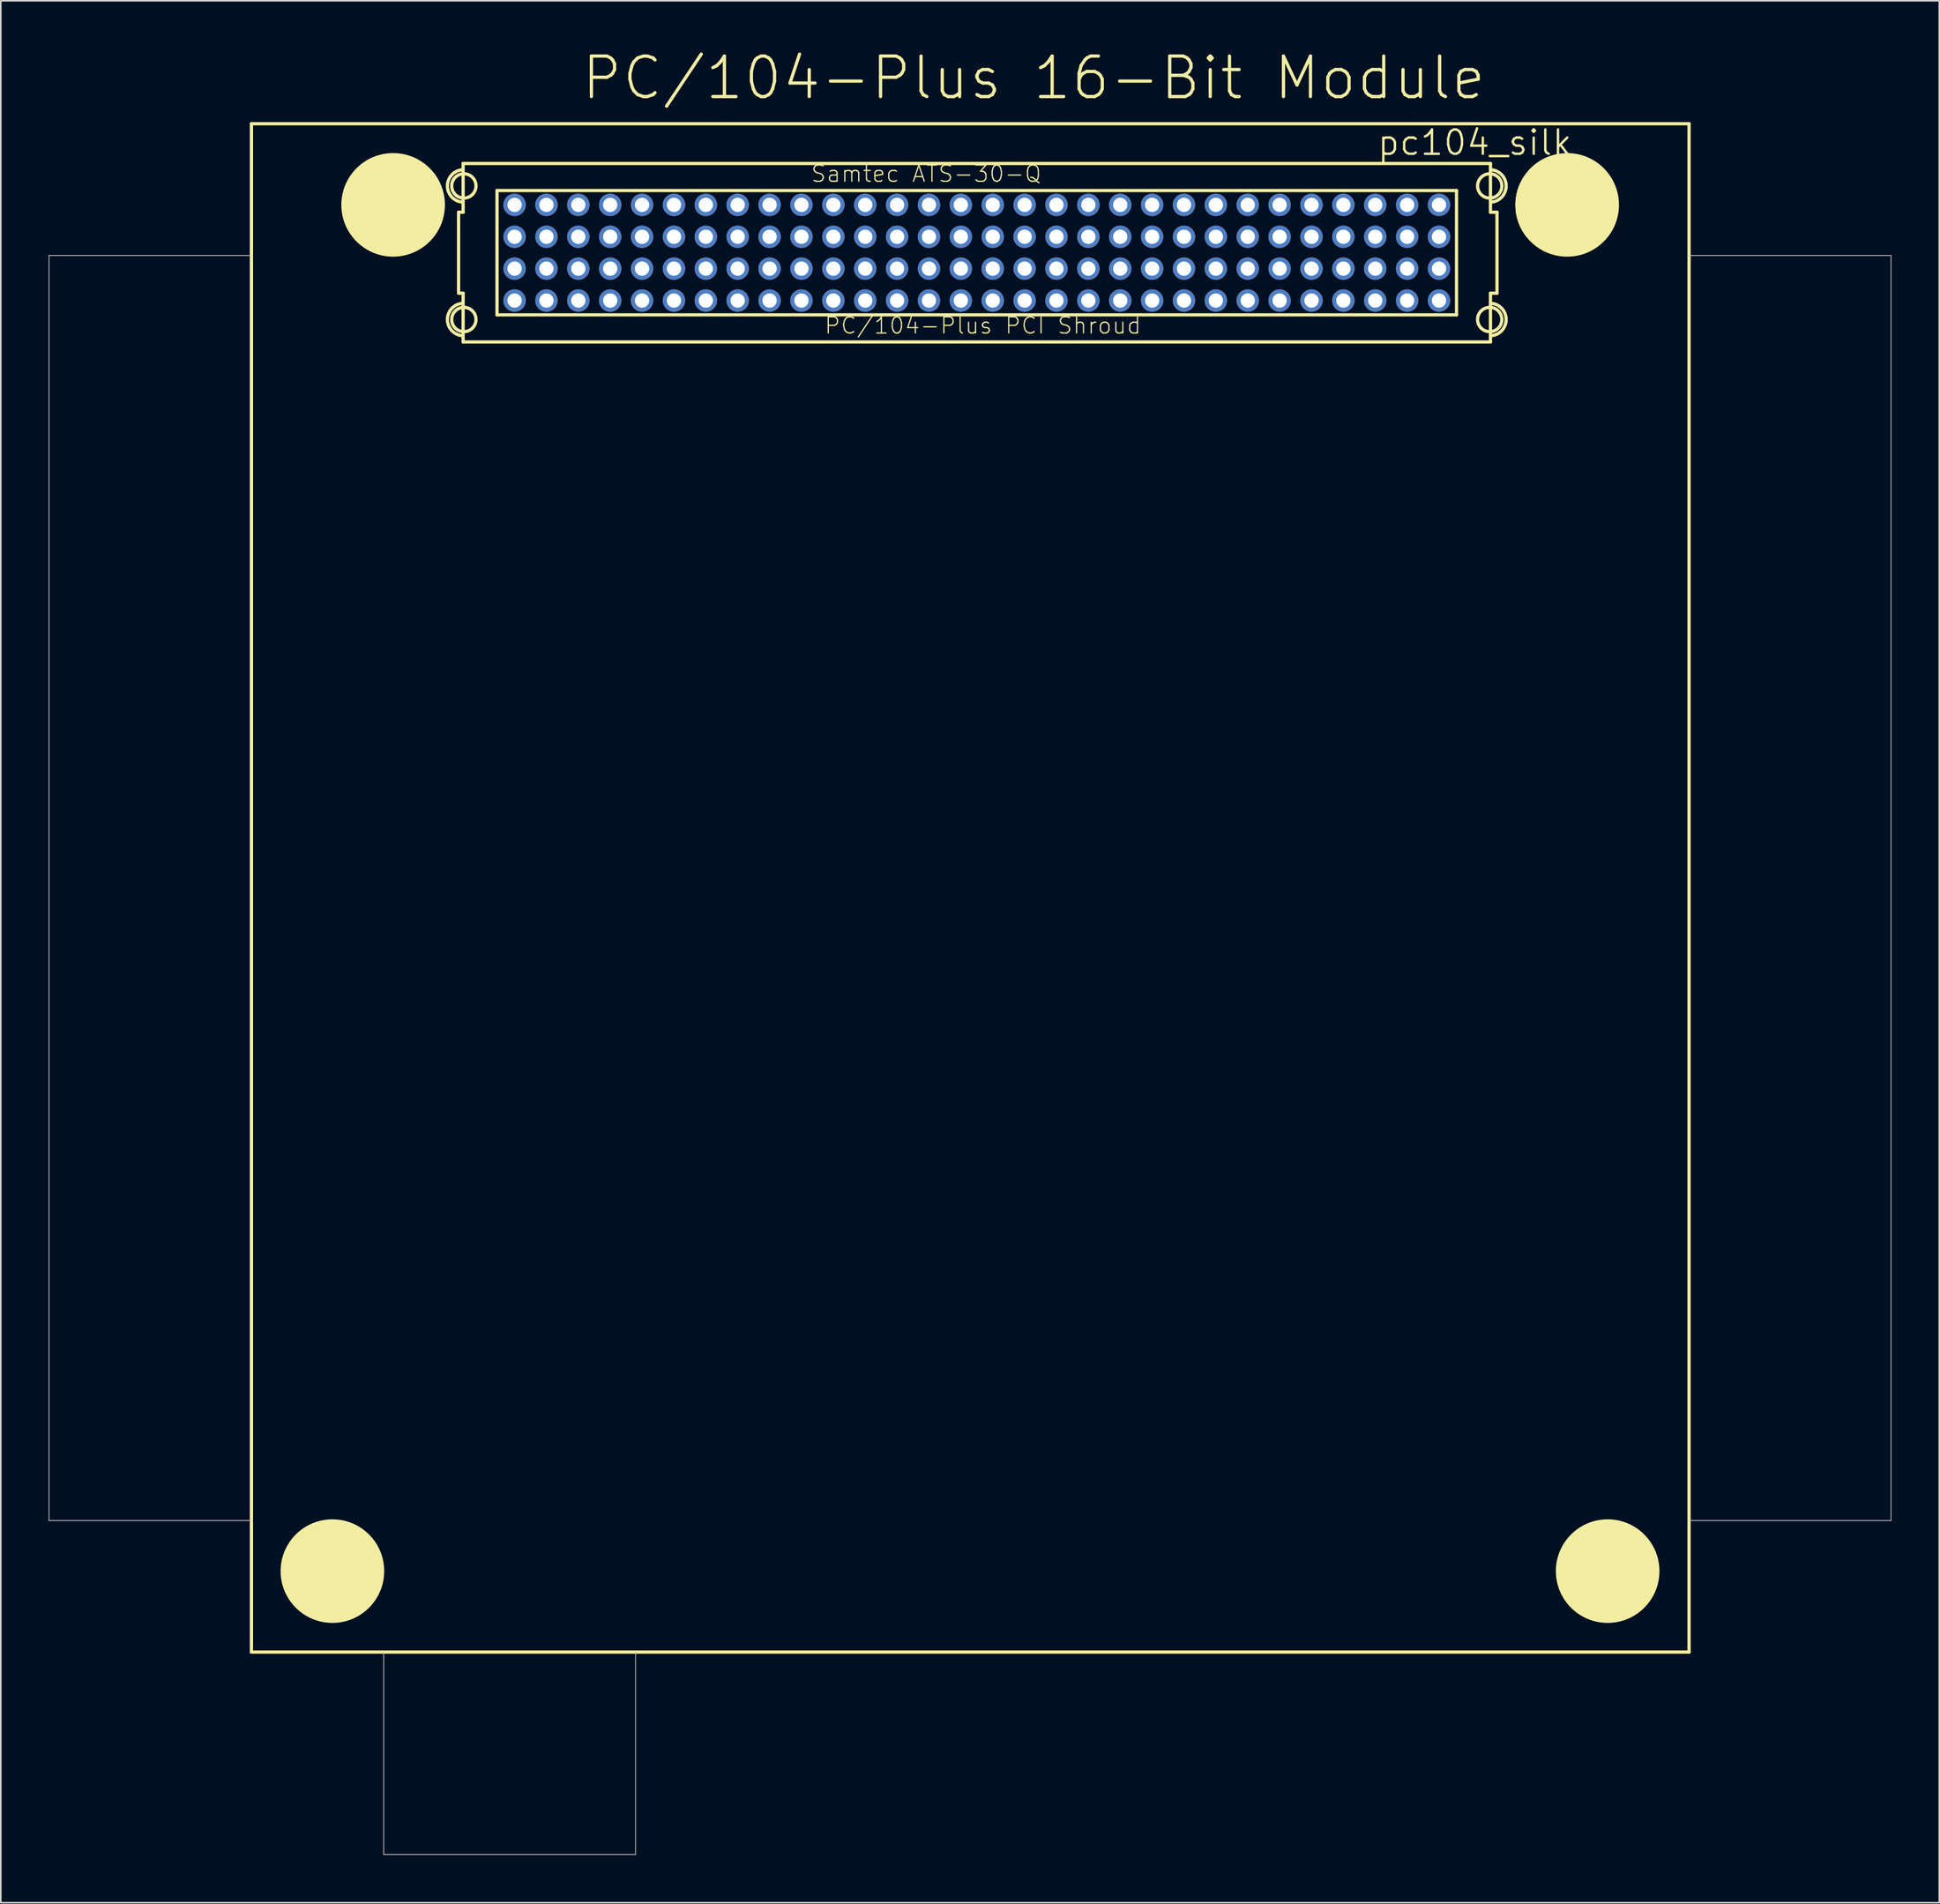
<source format=kicad_pcb>
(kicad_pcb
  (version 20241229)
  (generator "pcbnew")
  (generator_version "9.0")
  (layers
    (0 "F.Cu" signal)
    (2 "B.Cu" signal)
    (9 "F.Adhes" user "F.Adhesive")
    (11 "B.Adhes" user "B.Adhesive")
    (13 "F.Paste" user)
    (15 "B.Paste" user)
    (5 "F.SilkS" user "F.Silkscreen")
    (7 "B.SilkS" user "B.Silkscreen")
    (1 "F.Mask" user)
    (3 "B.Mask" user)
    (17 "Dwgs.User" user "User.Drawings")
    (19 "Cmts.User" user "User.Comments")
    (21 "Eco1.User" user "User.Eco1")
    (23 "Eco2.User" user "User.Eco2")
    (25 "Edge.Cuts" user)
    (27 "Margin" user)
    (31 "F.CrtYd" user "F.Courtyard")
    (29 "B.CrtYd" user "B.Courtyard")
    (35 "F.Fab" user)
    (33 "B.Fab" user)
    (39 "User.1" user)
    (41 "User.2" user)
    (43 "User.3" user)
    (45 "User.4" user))
  (footprint "pc104_silk"
    (layer "F.Cu")
    (at 12.725 100.61)
    (property "Reference" "pc104_silk" (at 76.75 -94.71 0) (layer "F.SilkS") (effects (font (size 1.524 1.524) (thickness 0.15))))
    (attr exclude_from_pos_files exclude_from_bom)
    (fp_line (start 0 -95.898) (end 0 0) (stroke (width 0.203) (type solid)) (layer "F.SilkS"))
    (fp_line (start 0 0) (end 90.198 0) (stroke (width 0.203) (type solid)) (layer "F.SilkS"))
    (fp_line (start 12.997 -90.343) (end 13.282 -90.343) (stroke (width 0.203) (type solid)) (layer "F.SilkS"))
    (fp_line (start 12.997 -85.263) (end 12.997 -90.343) (stroke (width 0.203) (type solid)) (layer "F.SilkS"))
    (fp_line (start 13.282 -93.403) (end 77.737 -93.403) (stroke (width 0.203) (type solid)) (layer "F.SilkS"))
    (fp_line (start 13.282 -90.343) (end 13.282 -93.403) (stroke (width 0.203) (type solid)) (layer "F.SilkS"))
    (fp_line (start 13.282 -85.263) (end 12.997 -85.263) (stroke (width 0.203) (type solid)) (layer "F.SilkS"))
    (fp_line (start 13.282 -82.205) (end 13.282 -85.263) (stroke (width 0.203) (type solid)) (layer "F.SilkS"))
    (fp_line (start 15.408 -91.704) (end 75.608 -91.704) (stroke (width 0.203) (type solid)) (layer "F.SilkS"))
    (fp_line (start 15.408 -83.904) (end 15.408 -91.704) (stroke (width 0.203) (type solid)) (layer "F.SilkS"))
    (fp_line (start 75.608 -91.704) (end 75.608 -83.904) (stroke (width 0.203) (type solid)) (layer "F.SilkS"))
    (fp_line (start 75.608 -83.904) (end 15.408 -83.904) (stroke (width 0.203) (type solid)) (layer "F.SilkS"))
    (fp_line (start 77.737 -93.403) (end 77.737 -90.343) (stroke (width 0.203) (type solid)) (layer "F.SilkS"))
    (fp_line (start 77.737 -90.343) (end 78.148 -90.343) (stroke (width 0.203) (type solid)) (layer "F.SilkS"))
    (fp_line (start 77.737 -85.263) (end 77.737 -82.205) (stroke (width 0.203) (type solid)) (layer "F.SilkS"))
    (fp_line (start 77.737 -82.205) (end 13.282 -82.205) (stroke (width 0.203) (type solid)) (layer "F.SilkS"))
    (fp_line (start 78.148 -90.343) (end 78.148 -85.263) (stroke (width 0.203) (type solid)) (layer "F.SilkS"))
    (fp_line (start 78.148 -85.263) (end 77.737 -85.263) (stroke (width 0.203) (type solid)) (layer "F.SilkS"))
    (fp_line (start 90.198 -95.898) (end 0 -95.898) (stroke (width 0.203) (type solid)) (layer "F.SilkS"))
    (fp_line (start 90.198 0) (end 90.198 -95.898) (stroke (width 0.203) (type solid)) (layer "F.SilkS"))
    (fp_arc (start 13.25118 -90.97772) (mid 12.296698 -91.9933) (end 13.250341 -93.009667) (stroke (width 0.2032) (type solid)) (layer "F.SilkS"))
    (fp_arc (start 13.25118 -82.59572) (mid 12.296698 -83.6113) (end 13.250341 -84.627667) (stroke (width 0.2032) (type solid)) (layer "F.SilkS"))
    (fp_arc (start 77.76718 -93.00972) (mid 78.721662 -91.99414) (end 77.768019 -90.977773) (stroke (width 0.2032) (type solid)) (layer "F.SilkS"))
    (fp_arc (start 77.76718 -84.62772) (mid 78.721662 -83.61214) (end 77.768019 -82.595773) (stroke (width 0.2032) (type solid)) (layer "F.SilkS"))
    (fp_circle (center 5.08 -5.08) (end 5.08 -8.255) (stroke (width 0.15) (type solid)) (fill no) (layer "F.SilkS"))
    (fp_circle (center 5.098 -5.098) (end 5.098 -8.296) (stroke (width 0) (type solid)) (fill yes) (layer "F.SilkS"))
    (fp_circle (center 8.89 -90.805) (end 8.89 -93.98) (stroke (width 0.15) (type solid)) (fill no) (layer "F.SilkS"))
    (fp_circle (center 8.898 -90.8) (end 8.898 -93.998) (stroke (width 0) (type solid)) (fill yes) (layer "F.SilkS"))
    (fp_circle (center 13.327 -91.994) (end 13.327 -92.756) (stroke (width 0.203) (type solid)) (fill no) (layer "F.SilkS"))
    (fp_circle (center 13.327 -83.612) (end 13.327 -84.374) (stroke (width 0.203) (type solid)) (fill no) (layer "F.SilkS"))
    (fp_circle (center 77.691 -91.994) (end 77.691 -92.756) (stroke (width 0.203) (type solid)) (fill no) (layer "F.SilkS"))
    (fp_circle (center 77.691 -83.612) (end 77.691 -84.374) (stroke (width 0.203) (type solid)) (fill no) (layer "F.SilkS"))
    (fp_circle (center 82.499 -90.8) (end 82.499 -93.998) (stroke (width 0) (type solid)) (fill yes) (layer "F.SilkS"))
    (fp_circle (center 82.55 -90.805) (end 82.55 -93.98) (stroke (width 0.15) (type solid)) (fill no) (layer "F.SilkS"))
    (fp_circle (center 85.09 -5.08) (end 85.09 -8.255) (stroke (width 0.15) (type solid)) (fill no) (layer "F.SilkS"))
    (fp_circle (center 85.098 -5.098) (end 85.098 -8.296) (stroke (width 0) (type solid)) (fill yes) (layer "F.SilkS"))
    (fp_line (start -12.7 -87.63) (end -12.7 -8.255) (stroke (width 0.051) (type solid)) (layer "Dwgs.User"))
    (fp_line (start -12.7 -8.255) (end 0 -8.255) (stroke (width 0.051) (type solid)) (layer "Dwgs.User"))
    (fp_line (start 0 -87.63) (end -12.7 -87.63) (stroke (width 0.051) (type solid)) (layer "Dwgs.User"))
    (fp_line (start 8.298 0) (end 8.298 12.7) (stroke (width 0.051) (type solid)) (layer "Dwgs.User"))
    (fp_line (start 8.298 12.7) (end 24.1 12.7) (stroke (width 0.051) (type solid)) (layer "Dwgs.User"))
    (fp_line (start 24.1 12.7) (end 24.1 0) (stroke (width 0.051) (type solid)) (layer "Dwgs.User"))
    (fp_line (start 90.221 -8.255) (end 102.87 -8.255) (stroke (width 0.051) (type solid)) (layer "Dwgs.User"))
    (fp_line (start 102.87 -87.63) (end 90.17 -87.63) (stroke (width 0.051) (type solid)) (layer "Dwgs.User"))
    (fp_line (start 102.87 -8.255) (end 102.87 -87.63) (stroke (width 0.051) (type solid)) (layer "Dwgs.User"))
    (fp_text user "PC/104-Plus 16-Bit Module" (at 49.088 -98.768 0) (layer "F.SilkS") (effects (font (size 2.54 2.54) (thickness 0.203))))
    (fp_text user "Samtec ATS-30-Q" (at 42.334 -92.756 0) (layer "F.SilkS") (effects (font (size 1.016 1.016) (thickness 0.076))))
    (fp_text user "PC/104-Plus PCI Shroud" (at 45.89 -83.231 0) (layer "F.SilkS") (effects (font (size 1.016 1.016) (thickness 0.076))))
    (pad "J3-A" thru_hole circle (at 16.51 -84.803) (size 1.407 1.407) (drill 0.899) (layers "*.Cu" "*.Paste" "*.Mask"))
    (pad "J3-A" thru_hole circle (at 18.509 -84.803) (size 1.407 1.407) (drill 0.899) (layers "*.Cu" "*.Paste" "*.Mask"))
    (pad "J3-A" thru_hole circle (at 20.508 -84.803) (size 1.407 1.407) (drill 0.899) (layers "*.Cu" "*.Paste" "*.Mask"))
    (pad "J3-A" thru_hole circle (at 22.509 -84.803) (size 1.407 1.407) (drill 0.899) (layers "*.Cu" "*.Paste" "*.Mask"))
    (pad "J3-A" thru_hole circle (at 24.508 -84.803) (size 1.407 1.407) (drill 0.899) (layers "*.Cu" "*.Paste" "*.Mask"))
    (pad "J3-A" thru_hole circle (at 26.51 -84.803) (size 1.407 1.407) (drill 0.899) (layers "*.Cu" "*.Paste" "*.Mask"))
    (pad "J3-A" thru_hole circle (at 28.509 -84.803) (size 1.407 1.407) (drill 0.899) (layers "*.Cu" "*.Paste" "*.Mask"))
    (pad "J3-A" thru_hole circle (at 30.508 -84.803) (size 1.407 1.407) (drill 0.899) (layers "*.Cu" "*.Paste" "*.Mask"))
    (pad "J3-A" thru_hole circle (at 32.509 -84.803) (size 1.407 1.407) (drill 0.899) (layers "*.Cu" "*.Paste" "*.Mask"))
    (pad "J3-A" thru_hole circle (at 34.508 -84.803) (size 1.407 1.407) (drill 0.899) (layers "*.Cu" "*.Paste" "*.Mask"))
    (pad "J3-A" thru_hole circle (at 36.51 -84.803) (size 1.407 1.407) (drill 0.899) (layers "*.Cu" "*.Paste" "*.Mask"))
    (pad "J3-A" thru_hole circle (at 38.509 -84.803) (size 1.407 1.407) (drill 0.899) (layers "*.Cu" "*.Paste" "*.Mask"))
    (pad "J3-A" thru_hole circle (at 40.508 -84.803) (size 1.407 1.407) (drill 0.899) (layers "*.Cu" "*.Paste" "*.Mask"))
    (pad "J3-A" thru_hole circle (at 42.509 -84.803) (size 1.407 1.407) (drill 0.899) (layers "*.Cu" "*.Paste" "*.Mask"))
    (pad "J3-A" thru_hole circle (at 44.508 -84.803) (size 1.407 1.407) (drill 0.899) (layers "*.Cu" "*.Paste" "*.Mask"))
    (pad "J3-A" thru_hole circle (at 46.51 -84.803) (size 1.407 1.407) (drill 0.899) (layers "*.Cu" "*.Paste" "*.Mask"))
    (pad "J3-A" thru_hole circle (at 48.509 -84.803) (size 1.407 1.407) (drill 0.899) (layers "*.Cu" "*.Paste" "*.Mask"))
    (pad "J3-A" thru_hole circle (at 50.508 -84.803) (size 1.407 1.407) (drill 0.899) (layers "*.Cu" "*.Paste" "*.Mask"))
    (pad "J3-A" thru_hole circle (at 52.509 -84.803) (size 1.407 1.407) (drill 0.899) (layers "*.Cu" "*.Paste" "*.Mask"))
    (pad "J3-A" thru_hole circle (at 54.508 -84.803) (size 1.407 1.407) (drill 0.899) (layers "*.Cu" "*.Paste" "*.Mask"))
    (pad "J3-A" thru_hole circle (at 56.51 -84.803) (size 1.407 1.407) (drill 0.899) (layers "*.Cu" "*.Paste" "*.Mask"))
    (pad "J3-A" thru_hole circle (at 58.509 -84.803) (size 1.407 1.407) (drill 0.899) (layers "*.Cu" "*.Paste" "*.Mask"))
    (pad "J3-A" thru_hole circle (at 60.508 -84.803) (size 1.407 1.407) (drill 0.899) (layers "*.Cu" "*.Paste" "*.Mask"))
    (pad "J3-A" thru_hole circle (at 62.509 -84.803) (size 1.407 1.407) (drill 0.899) (layers "*.Cu" "*.Paste" "*.Mask"))
    (pad "J3-A" thru_hole circle (at 64.508 -84.803) (size 1.407 1.407) (drill 0.899) (layers "*.Cu" "*.Paste" "*.Mask"))
    (pad "J3-A" thru_hole circle (at 66.51 -84.803) (size 1.407 1.407) (drill 0.899) (layers "*.Cu" "*.Paste" "*.Mask"))
    (pad "J3-A" thru_hole circle (at 68.509 -84.803) (size 1.407 1.407) (drill 0.899) (layers "*.Cu" "*.Paste" "*.Mask"))
    (pad "J3-A" thru_hole circle (at 70.508 -84.803) (size 1.407 1.407) (drill 0.899) (layers "*.Cu" "*.Paste" "*.Mask"))
    (pad "J3-A" thru_hole circle (at 72.509 -84.803) (size 1.407 1.407) (drill 0.899) (layers "*.Cu" "*.Paste" "*.Mask"))
    (pad "J3-A" thru_hole circle (at 74.508 -84.803) (size 1.407 1.407) (drill 0.899) (layers "*.Cu" "*.Paste" "*.Mask"))
    (pad "J3-B" thru_hole circle (at 16.51 -86.805) (size 1.407 1.407) (drill 0.899) (layers "*.Cu" "*.Paste" "*.Mask"))
    (pad "J3-B" thru_hole circle (at 18.509 -86.805) (size 1.407 1.407) (drill 0.899) (layers "*.Cu" "*.Paste" "*.Mask"))
    (pad "J3-B" thru_hole circle (at 20.508 -86.805) (size 1.407 1.407) (drill 0.899) (layers "*.Cu" "*.Paste" "*.Mask"))
    (pad "J3-B" thru_hole circle (at 22.509 -86.805) (size 1.407 1.407) (drill 0.899) (layers "*.Cu" "*.Paste" "*.Mask"))
    (pad "J3-B" thru_hole circle (at 24.508 -86.805) (size 1.407 1.407) (drill 0.899) (layers "*.Cu" "*.Paste" "*.Mask"))
    (pad "J3-B" thru_hole circle (at 26.51 -86.805) (size 1.407 1.407) (drill 0.899) (layers "*.Cu" "*.Paste" "*.Mask"))
    (pad "J3-B" thru_hole circle (at 28.509 -86.805) (size 1.407 1.407) (drill 0.899) (layers "*.Cu" "*.Paste" "*.Mask"))
    (pad "J3-B" thru_hole circle (at 30.508 -86.805) (size 1.407 1.407) (drill 0.899) (layers "*.Cu" "*.Paste" "*.Mask"))
    (pad "J3-B" thru_hole circle (at 32.509 -86.805) (size 1.407 1.407) (drill 0.899) (layers "*.Cu" "*.Paste" "*.Mask"))
    (pad "J3-B" thru_hole circle (at 34.508 -86.805) (size 1.407 1.407) (drill 0.899) (layers "*.Cu" "*.Paste" "*.Mask"))
    (pad "J3-B" thru_hole circle (at 36.51 -86.805) (size 1.407 1.407) (drill 0.899) (layers "*.Cu" "*.Paste" "*.Mask"))
    (pad "J3-B" thru_hole circle (at 38.509 -86.805) (size 1.407 1.407) (drill 0.899) (layers "*.Cu" "*.Paste" "*.Mask"))
    (pad "J3-B" thru_hole circle (at 40.508 -86.805) (size 1.407 1.407) (drill 0.899) (layers "*.Cu" "*.Paste" "*.Mask"))
    (pad "J3-B" thru_hole circle (at 42.509 -86.805) (size 1.407 1.407) (drill 0.899) (layers "*.Cu" "*.Paste" "*.Mask"))
    (pad "J3-B" thru_hole circle (at 44.508 -86.805) (size 1.407 1.407) (drill 0.899) (layers "*.Cu" "*.Paste" "*.Mask"))
    (pad "J3-B" thru_hole circle (at 46.51 -86.805) (size 1.407 1.407) (drill 0.899) (layers "*.Cu" "*.Paste" "*.Mask"))
    (pad "J3-B" thru_hole circle (at 48.509 -86.805) (size 1.407 1.407) (drill 0.899) (layers "*.Cu" "*.Paste" "*.Mask"))
    (pad "J3-B" thru_hole circle (at 50.508 -86.805) (size 1.407 1.407) (drill 0.899) (layers "*.Cu" "*.Paste" "*.Mask"))
    (pad "J3-B" thru_hole circle (at 52.509 -86.805) (size 1.407 1.407) (drill 0.899) (layers "*.Cu" "*.Paste" "*.Mask"))
    (pad "J3-B" thru_hole circle (at 54.508 -86.805) (size 1.407 1.407) (drill 0.899) (layers "*.Cu" "*.Paste" "*.Mask"))
    (pad "J3-B" thru_hole circle (at 56.51 -86.805) (size 1.407 1.407) (drill 0.899) (layers "*.Cu" "*.Paste" "*.Mask"))
    (pad "J3-B" thru_hole circle (at 58.509 -86.805) (size 1.407 1.407) (drill 0.899) (layers "*.Cu" "*.Paste" "*.Mask"))
    (pad "J3-B" thru_hole circle (at 60.508 -86.805) (size 1.407 1.407) (drill 0.899) (layers "*.Cu" "*.Paste" "*.Mask"))
    (pad "J3-B" thru_hole circle (at 62.509 -86.805) (size 1.407 1.407) (drill 0.899) (layers "*.Cu" "*.Paste" "*.Mask"))
    (pad "J3-B" thru_hole circle (at 64.508 -86.805) (size 1.407 1.407) (drill 0.899) (layers "*.Cu" "*.Paste" "*.Mask"))
    (pad "J3-B" thru_hole circle (at 66.51 -86.805) (size 1.407 1.407) (drill 0.899) (layers "*.Cu" "*.Paste" "*.Mask"))
    (pad "J3-B" thru_hole circle (at 68.509 -86.805) (size 1.407 1.407) (drill 0.899) (layers "*.Cu" "*.Paste" "*.Mask"))
    (pad "J3-B" thru_hole circle (at 70.508 -86.805) (size 1.407 1.407) (drill 0.899) (layers "*.Cu" "*.Paste" "*.Mask"))
    (pad "J3-B" thru_hole circle (at 72.509 -86.805) (size 1.407 1.407) (drill 0.899) (layers "*.Cu" "*.Paste" "*.Mask"))
    (pad "J3-B" thru_hole circle (at 74.508 -86.805) (size 1.407 1.407) (drill 0.899) (layers "*.Cu" "*.Paste" "*.Mask"))
    (pad "J3-C" thru_hole circle (at 16.51 -88.803) (size 1.407 1.407) (drill 0.899) (layers "*.Cu" "*.Paste" "*.Mask"))
    (pad "J3-C" thru_hole circle (at 18.509 -88.803) (size 1.407 1.407) (drill 0.899) (layers "*.Cu" "*.Paste" "*.Mask"))
    (pad "J3-C" thru_hole circle (at 20.508 -88.803) (size 1.407 1.407) (drill 0.899) (layers "*.Cu" "*.Paste" "*.Mask"))
    (pad "J3-C" thru_hole circle (at 22.509 -88.803) (size 1.407 1.407) (drill 0.899) (layers "*.Cu" "*.Paste" "*.Mask"))
    (pad "J3-C" thru_hole circle (at 24.508 -88.803) (size 1.407 1.407) (drill 0.899) (layers "*.Cu" "*.Paste" "*.Mask"))
    (pad "J3-C" thru_hole circle (at 26.51 -88.803) (size 1.407 1.407) (drill 0.899) (layers "*.Cu" "*.Paste" "*.Mask"))
    (pad "J3-C" thru_hole circle (at 28.509 -88.803) (size 1.407 1.407) (drill 0.899) (layers "*.Cu" "*.Paste" "*.Mask"))
    (pad "J3-C" thru_hole circle (at 30.508 -88.803) (size 1.407 1.407) (drill 0.899) (layers "*.Cu" "*.Paste" "*.Mask"))
    (pad "J3-C" thru_hole circle (at 32.509 -88.803) (size 1.407 1.407) (drill 0.899) (layers "*.Cu" "*.Paste" "*.Mask"))
    (pad "J3-C" thru_hole circle (at 34.508 -88.803) (size 1.407 1.407) (drill 0.899) (layers "*.Cu" "*.Paste" "*.Mask"))
    (pad "J3-C" thru_hole circle (at 36.51 -88.803) (size 1.407 1.407) (drill 0.899) (layers "*.Cu" "*.Paste" "*.Mask"))
    (pad "J3-C" thru_hole circle (at 38.509 -88.803) (size 1.407 1.407) (drill 0.899) (layers "*.Cu" "*.Paste" "*.Mask"))
    (pad "J3-C" thru_hole circle (at 40.508 -88.803) (size 1.407 1.407) (drill 0.899) (layers "*.Cu" "*.Paste" "*.Mask"))
    (pad "J3-C" thru_hole circle (at 42.509 -88.803) (size 1.407 1.407) (drill 0.899) (layers "*.Cu" "*.Paste" "*.Mask"))
    (pad "J3-C" thru_hole circle (at 44.508 -88.803) (size 1.407 1.407) (drill 0.899) (layers "*.Cu" "*.Paste" "*.Mask"))
    (pad "J3-C" thru_hole circle (at 46.51 -88.803) (size 1.407 1.407) (drill 0.899) (layers "*.Cu" "*.Paste" "*.Mask"))
    (pad "J3-C" thru_hole circle (at 48.509 -88.803) (size 1.407 1.407) (drill 0.899) (layers "*.Cu" "*.Paste" "*.Mask"))
    (pad "J3-C" thru_hole circle (at 50.508 -88.803) (size 1.407 1.407) (drill 0.899) (layers "*.Cu" "*.Paste" "*.Mask"))
    (pad "J3-C" thru_hole circle (at 52.509 -88.803) (size 1.407 1.407) (drill 0.899) (layers "*.Cu" "*.Paste" "*.Mask"))
    (pad "J3-C" thru_hole circle (at 54.508 -88.803) (size 1.407 1.407) (drill 0.899) (layers "*.Cu" "*.Paste" "*.Mask"))
    (pad "J3-C" thru_hole circle (at 56.51 -88.803) (size 1.407 1.407) (drill 0.899) (layers "*.Cu" "*.Paste" "*.Mask"))
    (pad "J3-C" thru_hole circle (at 58.509 -88.803) (size 1.407 1.407) (drill 0.899) (layers "*.Cu" "*.Paste" "*.Mask"))
    (pad "J3-C" thru_hole circle (at 60.508 -88.803) (size 1.407 1.407) (drill 0.899) (layers "*.Cu" "*.Paste" "*.Mask"))
    (pad "J3-C" thru_hole circle (at 62.509 -88.803) (size 1.407 1.407) (drill 0.899) (layers "*.Cu" "*.Paste" "*.Mask"))
    (pad "J3-C" thru_hole circle (at 64.508 -88.803) (size 1.407 1.407) (drill 0.899) (layers "*.Cu" "*.Paste" "*.Mask"))
    (pad "J3-C" thru_hole circle (at 66.51 -88.803) (size 1.407 1.407) (drill 0.899) (layers "*.Cu" "*.Paste" "*.Mask"))
    (pad "J3-C" thru_hole circle (at 68.509 -88.803) (size 1.407 1.407) (drill 0.899) (layers "*.Cu" "*.Paste" "*.Mask"))
    (pad "J3-C" thru_hole circle (at 70.508 -88.803) (size 1.407 1.407) (drill 0.899) (layers "*.Cu" "*.Paste" "*.Mask"))
    (pad "J3-C" thru_hole circle (at 72.509 -88.803) (size 1.407 1.407) (drill 0.899) (layers "*.Cu" "*.Paste" "*.Mask"))
    (pad "J3-C" thru_hole circle (at 74.508 -88.803) (size 1.407 1.407) (drill 0.899) (layers "*.Cu" "*.Paste" "*.Mask"))
    (pad "J3-D" thru_hole circle (at 16.51 -90.805) (size 1.407 1.407) (drill 0.899) (layers "*.Cu" "*.Paste" "*.Mask"))
    (pad "J3-D" thru_hole circle (at 18.509 -90.805) (size 1.407 1.407) (drill 0.899) (layers "*.Cu" "*.Paste" "*.Mask"))
    (pad "J3-D" thru_hole circle (at 20.508 -90.805) (size 1.407 1.407) (drill 0.899) (layers "*.Cu" "*.Paste" "*.Mask"))
    (pad "J3-D" thru_hole circle (at 22.509 -90.805) (size 1.407 1.407) (drill 0.899) (layers "*.Cu" "*.Paste" "*.Mask"))
    (pad "J3-D" thru_hole circle (at 24.508 -90.805) (size 1.407 1.407) (drill 0.899) (layers "*.Cu" "*.Paste" "*.Mask"))
    (pad "J3-D" thru_hole circle (at 26.51 -90.805) (size 1.407 1.407) (drill 0.899) (layers "*.Cu" "*.Paste" "*.Mask"))
    (pad "J3-D" thru_hole circle (at 28.509 -90.805) (size 1.407 1.407) (drill 0.899) (layers "*.Cu" "*.Paste" "*.Mask"))
    (pad "J3-D" thru_hole circle (at 30.508 -90.805) (size 1.407 1.407) (drill 0.899) (layers "*.Cu" "*.Paste" "*.Mask"))
    (pad "J3-D" thru_hole circle (at 32.509 -90.805) (size 1.407 1.407) (drill 0.899) (layers "*.Cu" "*.Paste" "*.Mask"))
    (pad "J3-D" thru_hole circle (at 34.508 -90.805) (size 1.407 1.407) (drill 0.899) (layers "*.Cu" "*.Paste" "*.Mask"))
    (pad "J3-D" thru_hole circle (at 36.51 -90.805) (size 1.407 1.407) (drill 0.899) (layers "*.Cu" "*.Paste" "*.Mask"))
    (pad "J3-D" thru_hole circle (at 38.509 -90.805) (size 1.407 1.407) (drill 0.899) (layers "*.Cu" "*.Paste" "*.Mask"))
    (pad "J3-D" thru_hole circle (at 40.508 -90.805) (size 1.407 1.407) (drill 0.899) (layers "*.Cu" "*.Paste" "*.Mask"))
    (pad "J3-D" thru_hole circle (at 42.509 -90.805) (size 1.407 1.407) (drill 0.899) (layers "*.Cu" "*.Paste" "*.Mask"))
    (pad "J3-D" thru_hole circle (at 44.508 -90.805) (size 1.407 1.407) (drill 0.899) (layers "*.Cu" "*.Paste" "*.Mask"))
    (pad "J3-D" thru_hole circle (at 46.51 -90.805) (size 1.407 1.407) (drill 0.899) (layers "*.Cu" "*.Paste" "*.Mask"))
    (pad "J3-D" thru_hole circle (at 48.509 -90.805) (size 1.407 1.407) (drill 0.899) (layers "*.Cu" "*.Paste" "*.Mask"))
    (pad "J3-D" thru_hole circle (at 50.508 -90.805) (size 1.407 1.407) (drill 0.899) (layers "*.Cu" "*.Paste" "*.Mask"))
    (pad "J3-D" thru_hole circle (at 52.509 -90.805) (size 1.407 1.407) (drill 0.899) (layers "*.Cu" "*.Paste" "*.Mask"))
    (pad "J3-D" thru_hole circle (at 54.508 -90.805) (size 1.407 1.407) (drill 0.899) (layers "*.Cu" "*.Paste" "*.Mask"))
    (pad "J3-D" thru_hole circle (at 56.51 -90.805) (size 1.407 1.407) (drill 0.899) (layers "*.Cu" "*.Paste" "*.Mask"))
    (pad "J3-D" thru_hole circle (at 58.509 -90.805) (size 1.407 1.407) (drill 0.899) (layers "*.Cu" "*.Paste" "*.Mask"))
    (pad "J3-D" thru_hole circle (at 60.508 -90.805) (size 1.407 1.407) (drill 0.899) (layers "*.Cu" "*.Paste" "*.Mask"))
    (pad "J3-D" thru_hole circle (at 62.509 -90.805) (size 1.407 1.407) (drill 0.899) (layers "*.Cu" "*.Paste" "*.Mask"))
    (pad "J3-D" thru_hole circle (at 64.508 -90.805) (size 1.407 1.407) (drill 0.899) (layers "*.Cu" "*.Paste" "*.Mask"))
    (pad "J3-D" thru_hole circle (at 66.51 -90.805) (size 1.407 1.407) (drill 0.899) (layers "*.Cu" "*.Paste" "*.Mask"))
    (pad "J3-D" thru_hole circle (at 68.509 -90.805) (size 1.407 1.407) (drill 0.899) (layers "*.Cu" "*.Paste" "*.Mask"))
    (pad "J3-D" thru_hole circle (at 70.508 -90.805) (size 1.407 1.407) (drill 0.899) (layers "*.Cu" "*.Paste" "*.Mask"))
    (pad "J3-D" thru_hole circle (at 72.509 -90.805) (size 1.407 1.407) (drill 0.899) (layers "*.Cu" "*.Paste" "*.Mask"))
    (pad "J3-D" thru_hole circle (at 74.508 -90.805) (size 1.407 1.407) (drill 0.899) (layers "*.Cu" "*.Paste" "*.Mask")))
  (gr_rect
    (start -3 -3)
    (end 118.621 116.336)
    (stroke (width 0.1) (type default))
    (fill no)
    (layer "Edge.Cuts")))
</source>
